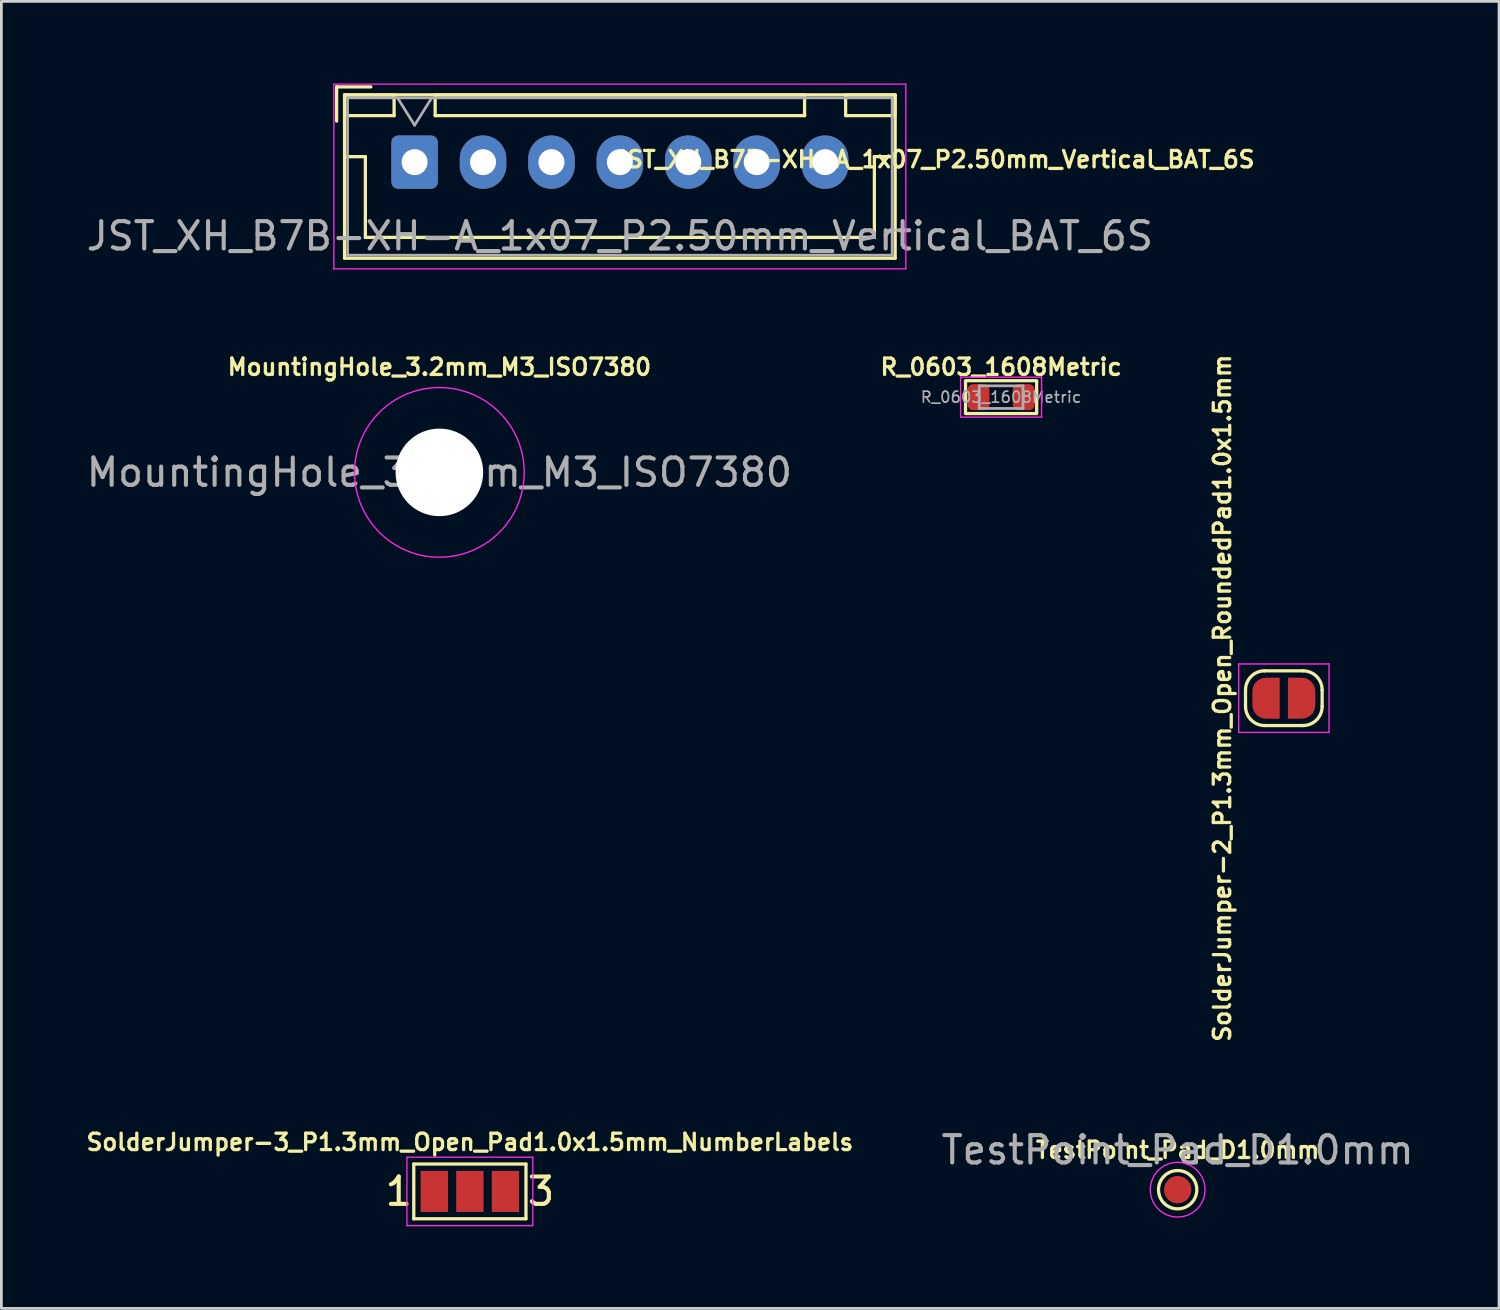
<source format=kicad_pcb>
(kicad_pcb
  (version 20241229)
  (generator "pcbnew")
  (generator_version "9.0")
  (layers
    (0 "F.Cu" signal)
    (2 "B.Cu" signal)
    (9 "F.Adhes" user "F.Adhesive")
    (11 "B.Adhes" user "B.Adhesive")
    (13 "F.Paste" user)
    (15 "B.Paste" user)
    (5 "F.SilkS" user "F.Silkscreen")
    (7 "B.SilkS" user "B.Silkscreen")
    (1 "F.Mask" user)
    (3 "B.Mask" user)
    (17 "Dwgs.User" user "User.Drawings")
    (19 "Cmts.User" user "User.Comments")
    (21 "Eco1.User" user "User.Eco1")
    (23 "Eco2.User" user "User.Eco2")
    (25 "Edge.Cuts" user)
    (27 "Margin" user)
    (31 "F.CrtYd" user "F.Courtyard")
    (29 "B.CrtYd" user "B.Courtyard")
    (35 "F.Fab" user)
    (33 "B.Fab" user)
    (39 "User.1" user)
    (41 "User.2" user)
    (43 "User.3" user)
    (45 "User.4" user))
  (footprint "JST_XH_B7B-XH-A_1x07_P2.50mm_Vertical_BAT_6S"
    (layer "F.Cu")
    (at 12.101 2.875)
    (property "Reference" "JST_XH_B7B-XH-A_1x07_P2.50mm_Vertical_BAT_6S" (at 19 -0.1 0) (layer "F.SilkS") (effects (font (size 0.6 0.6) (thickness 0.12))))
    (attr through_hole)
    (fp_line (start -2.85 -2.75) (end -2.85 -1.5) (stroke (width 0.12) (type solid)) (layer "F.SilkS"))
    (fp_line (start -2.56 -2.46) (end -2.56 3.51) (stroke (width 0.12) (type solid)) (layer "F.SilkS"))
    (fp_line (start -2.56 3.51) (end 17.56 3.51) (stroke (width 0.12) (type solid)) (layer "F.SilkS"))
    (fp_line (start -2.55 -2.45) (end -2.55 -1.7) (stroke (width 0.12) (type solid)) (layer "F.SilkS"))
    (fp_line (start -2.55 -1.7) (end -0.75 -1.7) (stroke (width 0.12) (type solid)) (layer "F.SilkS"))
    (fp_line (start -2.55 -0.2) (end -1.8 -0.2) (stroke (width 0.12) (type solid)) (layer "F.SilkS"))
    (fp_line (start -1.8 -0.2) (end -1.8 2.75) (stroke (width 0.12) (type solid)) (layer "F.SilkS"))
    (fp_line (start -1.8 2.75) (end 7.5 2.75) (stroke (width 0.12) (type solid)) (layer "F.SilkS"))
    (fp_line (start -1.6 -2.75) (end -2.85 -2.75) (stroke (width 0.12) (type solid)) (layer "F.SilkS"))
    (fp_line (start -0.75 -2.45) (end -2.55 -2.45) (stroke (width 0.12) (type solid)) (layer "F.SilkS"))
    (fp_line (start -0.75 -1.7) (end -0.75 -2.45) (stroke (width 0.12) (type solid)) (layer "F.SilkS"))
    (fp_line (start 0.75 -2.45) (end 0.75 -1.7) (stroke (width 0.12) (type solid)) (layer "F.SilkS"))
    (fp_line (start 0.75 -1.7) (end 14.25 -1.7) (stroke (width 0.12) (type solid)) (layer "F.SilkS"))
    (fp_line (start 14.25 -2.45) (end 0.75 -2.45) (stroke (width 0.12) (type solid)) (layer "F.SilkS"))
    (fp_line (start 14.25 -1.7) (end 14.25 -2.45) (stroke (width 0.12) (type solid)) (layer "F.SilkS"))
    (fp_line (start 15.75 -2.45) (end 15.75 -1.7) (stroke (width 0.12) (type solid)) (layer "F.SilkS"))
    (fp_line (start 15.75 -1.7) (end 17.55 -1.7) (stroke (width 0.12) (type solid)) (layer "F.SilkS"))
    (fp_line (start 16.8 -0.2) (end 16.8 2.75) (stroke (width 0.12) (type solid)) (layer "F.SilkS"))
    (fp_line (start 16.8 2.75) (end 7.5 2.75) (stroke (width 0.12) (type solid)) (layer "F.SilkS"))
    (fp_line (start 17.55 -2.45) (end 15.75 -2.45) (stroke (width 0.12) (type solid)) (layer "F.SilkS"))
    (fp_line (start 17.55 -1.7) (end 17.55 -2.45) (stroke (width 0.12) (type solid)) (layer "F.SilkS"))
    (fp_line (start 17.55 -0.2) (end 16.8 -0.2) (stroke (width 0.12) (type solid)) (layer "F.SilkS"))
    (fp_line (start 17.56 -2.46) (end -2.56 -2.46) (stroke (width 0.12) (type solid)) (layer "F.SilkS"))
    (fp_line (start 17.56 3.51) (end 17.56 -2.46) (stroke (width 0.12) (type solid)) (layer "F.SilkS"))
    (fp_line (start -2.95 -2.85) (end -2.95 3.9) (stroke (width 0.05) (type solid)) (layer "F.CrtYd"))
    (fp_line (start -2.95 3.9) (end 17.95 3.9) (stroke (width 0.05) (type solid)) (layer "F.CrtYd"))
    (fp_line (start 17.95 -2.85) (end -2.95 -2.85) (stroke (width 0.05) (type solid)) (layer "F.CrtYd"))
    (fp_line (start 17.95 3.9) (end 17.95 -2.85) (stroke (width 0.05) (type solid)) (layer "F.CrtYd"))
    (fp_line (start -2.45 -2.35) (end -2.45 3.4) (stroke (width 0.1) (type solid)) (layer "F.Fab"))
    (fp_line (start -2.45 3.4) (end 17.45 3.4) (stroke (width 0.1) (type solid)) (layer "F.Fab"))
    (fp_line (start -0.625 -2.35) (end 0 -1.35) (stroke (width 0.1) (type solid)) (layer "F.Fab"))
    (fp_line (start 0 -1.35) (end 0.625 -2.35) (stroke (width 0.1) (type solid)) (layer "F.Fab"))
    (fp_line (start 17.45 -2.35) (end -2.45 -2.35) (stroke (width 0.1) (type solid)) (layer "F.Fab"))
    (fp_line (start 17.45 3.4) (end 17.45 -2.35) (stroke (width 0.1) (type solid)) (layer "F.Fab"))
    (fp_text user "${REFERENCE}" (at 7.5 2.7 0) (layer "F.Fab") (effects (font (size 1 1) (thickness 0.15))))
    (pad "0" thru_hole oval (at 15 0) (size 1.7 1.95) (drill 0.95) (layers "*.Cu" "*.Mask"))
    (pad "1" thru_hole oval (at 12.5 0) (size 1.7 1.95) (drill 0.95) (layers "*.Cu" "*.Mask"))
    (pad "2" thru_hole oval (at 10 0) (size 1.7 1.95) (drill 0.95) (layers "*.Cu" "*.Mask"))
    (pad "3" thru_hole oval (at 7.5 0) (size 1.7 1.95) (drill 0.95) (layers "*.Cu" "*.Mask"))
    (pad "4" thru_hole oval (at 5 0) (size 1.7 1.95) (drill 0.95) (layers "*.Cu" "*.Mask"))
    (pad "5" thru_hole oval (at 2.5 0) (size 1.7 1.95) (drill 0.95) (layers "*.Cu" "*.Mask"))
    (pad "6" thru_hole roundrect (at 0 0) (size 1.7 1.95) (drill 0.95) (layers "*.Cu" "*.Mask") (roundrect_rratio 0.147)))
  (footprint "R_0603_1608Metric"
    (layer "F.Cu")
    (at 33.532 11.462)
    (property "Reference" "R_0603_1608Metric" (at 0 -1.1 0) (layer "F.SilkS") (effects (font (size 0.6 0.6) (thickness 0.12))))
    (attr smd)
    (fp_rect (start -1.3 -0.6) (end 1.3 0.6) (stroke (width 0.12) (type default)) (fill no) (layer "F.SilkS"))
    (fp_line (start -1.48 -0.73) (end 1.48 -0.73) (stroke (width 0.05) (type solid)) (layer "F.CrtYd"))
    (fp_line (start -1.48 0.73) (end -1.48 -0.73) (stroke (width 0.05) (type solid)) (layer "F.CrtYd"))
    (fp_line (start 1.48 -0.73) (end 1.48 0.73) (stroke (width 0.05) (type solid)) (layer "F.CrtYd"))
    (fp_line (start 1.48 0.73) (end -1.48 0.73) (stroke (width 0.05) (type solid)) (layer "F.CrtYd"))
    (fp_line (start -0.8 -0.412) (end 0.8 -0.412) (stroke (width 0.1) (type solid)) (layer "F.Fab"))
    (fp_line (start -0.8 0.412) (end -0.8 -0.412) (stroke (width 0.1) (type solid)) (layer "F.Fab"))
    (fp_line (start 0.8 -0.412) (end 0.8 0.412) (stroke (width 0.1) (type solid)) (layer "F.Fab"))
    (fp_line (start 0.8 0.412) (end -0.8 0.412) (stroke (width 0.1) (type solid)) (layer "F.Fab"))
    (fp_text user "${REFERENCE}" (at 0 0 0) (layer "F.Fab") (effects (font (size 0.4 0.4) (thickness 0.06))))
    (pad "1" smd roundrect (at -0.825 0) (size 0.8 0.95) (layers "F.Cu" "F.Mask" "F.Paste") (roundrect_rratio 0.25))
    (pad "2" smd roundrect (at 0.825 0) (size 0.8 0.95) (layers "F.Cu" "F.Mask" "F.Paste") (roundrect_rratio 0.25)))
  (footprint "MountingHole_3.2mm_M3_ISO7380"
    (layer "F.Cu")
    (at 13.006 14.212)
    (property "Reference" "MountingHole_3.2mm_M3_ISO7380" (at 0 -3.85 0) (layer "F.SilkS") (effects (font (size 0.6 0.6) (thickness 0.12))))
    (attr exclude_from_pos_files exclude_from_bom)
    (fp_circle (center 0 0) (end 3.1 0) (stroke (width 0.05) (type solid)) (fill no) (layer "F.CrtYd"))
    (fp_text user "${REFERENCE}" (at 0 0 0) (layer "F.Fab") (effects (font (size 1 1) (thickness 0.15))))
    (pad "" np_thru_hole circle (at 0 0) (size 3.2 3.2) (drill 3.2) (layers "*.Cu" "*.Mask"))
    (zone (net_name "") (layers "F.Cu" "B.Cu") (hatch edge 0.5) (connect_pads) (min_thickness 0.25) (filled_areas_thickness no) (keepout (tracks allowed) (vias allowed) (pads allowed) (copperpour not_allowed) (footprints allowed)) (placement (enabled no)) (fill) (polygon (pts (arc (start 10.155952 14.2116) (mid 15.855952 14.2116) (end 10.155952 14.2116))))))
  (footprint "TestPoint_Pad_D1.0mm"
    (layer "F.Cu")
    (at 39.984 40.424)
    (property "Reference" "TestPoint_Pad_D1.0mm" (at 0 -1.448 0) (layer "F.SilkS") (effects (font (size 0.6 0.6) (thickness 0.12))))
    (attr exclude_from_pos_files exclude_from_bom)
    (fp_circle (center 0 0) (end 0 0.7) (stroke (width 0.12) (type solid)) (fill no) (layer "F.SilkS"))
    (fp_circle (center 0 0) (end 1 0) (stroke (width 0.05) (type solid)) (fill no) (layer "F.CrtYd"))
    (fp_text user "${REFERENCE}" (at 0 -1.45 0) (layer "F.Fab") (effects (font (size 1 1) (thickness 0.15))))
    (pad "1" smd circle (at 0 0) (size 1 1) (layers "F.Cu" "F.Mask")))
  (footprint "SolderJumper-2_P1.3mm_Open_RoundedPad1.0x1.5mm"
    (layer "F.Cu")
    (at 43.864 22.463)
    (property "Reference" "SolderJumper-2_P1.3mm_Open_RoundedPad1.0x1.5mm" (at -2.25 0 270) (layer "F.SilkS") (effects (font (size 0.6 0.6) (thickness 0.12))))
    (attr exclude_from_pos_files exclude_from_bom)
    (fp_line (start -1.4 0.3) (end -1.4 -0.3) (stroke (width 0.12) (type solid)) (layer "F.SilkS"))
    (fp_line (start -0.7 -1) (end 0.7 -1) (stroke (width 0.12) (type solid)) (layer "F.SilkS"))
    (fp_line (start 0.7 1) (end -0.7 1) (stroke (width 0.12) (type solid)) (layer "F.SilkS"))
    (fp_line (start 1.4 -0.3) (end 1.4 0.3) (stroke (width 0.12) (type solid)) (layer "F.SilkS"))
    (fp_arc (start -1.4 -0.3) (mid -1.194975 -0.794975) (end -0.7 -1) (stroke (width 0.12) (type solid)) (layer "F.SilkS"))
    (fp_arc (start -0.7 1) (mid -1.194975 0.794975) (end -1.4 0.3) (stroke (width 0.12) (type solid)) (layer "F.SilkS"))
    (fp_arc (start 0.7 -1) (mid 1.194975 -0.794975) (end 1.4 -0.3) (stroke (width 0.12) (type solid)) (layer "F.SilkS"))
    (fp_arc (start 1.4 0.3) (mid 1.194975 0.794975) (end 0.7 1) (stroke (width 0.12) (type solid)) (layer "F.SilkS"))
    (fp_line (start -1.65 -1.25) (end -1.65 1.25) (stroke (width 0.05) (type solid)) (layer "F.CrtYd"))
    (fp_line (start -1.65 -1.25) (end 1.65 -1.25) (stroke (width 0.05) (type solid)) (layer "F.CrtYd"))
    (fp_line (start 1.65 1.25) (end -1.65 1.25) (stroke (width 0.05) (type solid)) (layer "F.CrtYd"))
    (fp_line (start 1.65 1.25) (end 1.65 -1.25) (stroke (width 0.05) (type solid)) (layer "F.CrtYd"))
    (pad "1" smd custom (at -0.65 0) (size 1 0.5) (layers "F.Cu" "F.Mask") (options (anchor rect)) (primitives (gr_circle (center 0 0.25) (end 0.5 0.25) (width 0) (fill yes)) (gr_circle (center 0 -0.25) (end 0.5 -0.25) (width 0) (fill yes)) (gr_poly (pts (xy 0.5 0.75) (xy 0 0.75) (xy 0 -0.75) (xy 0.5 -0.75)) (width 0) (fill yes))))
    (pad "2" smd custom (at 0.65 0) (size 1 0.5) (layers "F.Cu" "F.Mask") (options (anchor rect)) (primitives (gr_circle (center 0 0.25) (end 0.5 0.25) (width 0) (fill yes)) (gr_circle (center 0 -0.25) (end 0.5 -0.25) (width 0) (fill yes)) (gr_poly (pts (xy 0 0.75) (xy -0.5 0.75) (xy -0.5 -0.75) (xy 0 -0.75)) (width 0) (fill yes)))))
  (footprint "SolderJumper-3_P1.3mm_Open_Pad1.0x1.5mm_NumberLabels"
    (layer "F.Cu")
    (at 14.12 40.487)
    (property "Reference" "SolderJumper-3_P1.3mm_Open_Pad1.0x1.5mm_NumberLabels" (at 0 -1.8 180) (layer "F.SilkS") (effects (font (size 0.6 0.6) (thickness 0.12))))
    (attr exclude_from_pos_files exclude_from_bom)
    (fp_line (start -2.05 -1) (end 2.05 -1) (stroke (width 0.12) (type solid)) (layer "F.SilkS"))
    (fp_line (start -2.05 1) (end -2.05 -1) (stroke (width 0.12) (type solid)) (layer "F.SilkS"))
    (fp_line (start 2.05 -1) (end 2.05 1) (stroke (width 0.12) (type solid)) (layer "F.SilkS"))
    (fp_line (start 2.05 1) (end -2.05 1) (stroke (width 0.12) (type solid)) (layer "F.SilkS"))
    (fp_line (start -2.3 -1.25) (end -2.3 1.25) (stroke (width 0.05) (type solid)) (layer "F.CrtYd"))
    (fp_line (start -2.3 -1.25) (end 2.3 -1.25) (stroke (width 0.05) (type solid)) (layer "F.CrtYd"))
    (fp_line (start 2.3 1.25) (end -2.3 1.25) (stroke (width 0.05) (type solid)) (layer "F.CrtYd"))
    (fp_line (start 2.3 1.25) (end 2.3 -1.25) (stroke (width 0.05) (type solid)) (layer "F.CrtYd"))
    (fp_text user "1" (at -2.6 0 180) (layer "F.SilkS") (effects (font (size 1 1) (thickness 0.15))))
    (fp_text user "3" (at 2.6 0 180) (layer "F.SilkS") (effects (font (size 1 1) (thickness 0.15))))
    (pad "1" smd rect (at -1.3 0) (size 1 1.5) (layers "F.Cu" "F.Mask"))
    (pad "2" smd rect (at 0 0) (size 1 1.5) (layers "F.Cu" "F.Mask"))
    (pad "3" smd rect (at 1.3 0) (size 1 1.5) (layers "F.Cu" "F.Mask")))
  (gr_rect
    (start -3 -3)
    (end 51.728 44.762)
    (stroke (width 0.1) (type default))
    (fill no)
    (layer "Edge.Cuts")))
</source>
